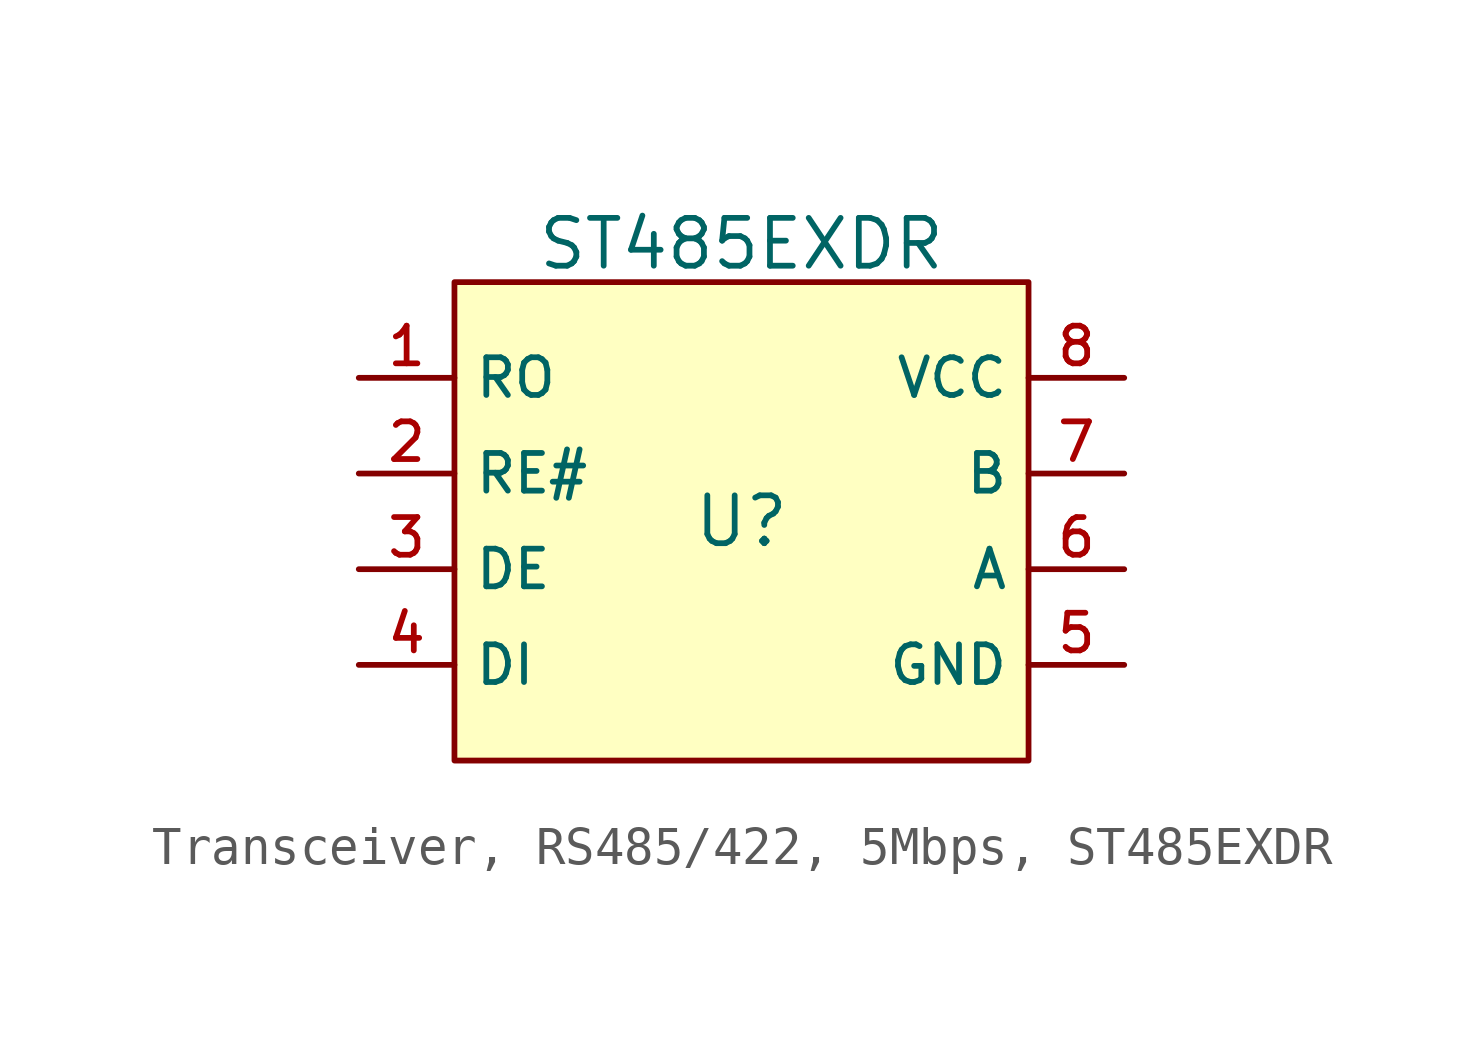
<source format=kicad_sym>
(kicad_symbol_lib
  (version 20231120)
  (generator "CDFER_Archive_Tool")
  (generator_version "0.0")
  (symbol "Transceiver, RS485/422, 5Mbps, ST485EXDR"
    (property "Reference" "U"
      (at 0 1.27 0)
      (effects (font (size 1.27 1.27))))
    (property "Value" "ST485EXDR"
      (at 0 8.636 0)
      (effects (font (size 1.27 1.27))))
    (symbol "Transceiver, RS485/422, 5Mbps, ST485EXDR_0_1"
      (rectangle (start -7.62 7.62) (end 7.62 -5.08) (stroke (width 0) (type default)) (fill (type background)))
      (pin unspecified line (at -10.16 5.08 0) (length 2.54) (name "RO" (effects (font (size 1 1)))) (number "1" (effects (font (size 1 1)))))
      (pin unspecified line (at -10.16 2.54 0) (length 2.54) (name "RE#" (effects (font (size 1 1)))) (number "2" (effects (font (size 1 1)))))
      (pin unspecified line (at -10.16 0 0) (length 2.54) (name "DE" (effects (font (size 1 1)))) (number "3" (effects (font (size 1 1)))))
      (pin unspecified line (at -10.16 -2.54 0) (length 2.54) (name "DI" (effects (font (size 1 1)))) (number "4" (effects (font (size 1 1)))))
      (pin unspecified line (at 10.16 -2.54 180) (length 2.54) (name "GND" (effects (font (size 1 1)))) (number "5" (effects (font (size 1 1)))))
      (pin unspecified line (at 10.16 0 180) (length 2.54) (name "A" (effects (font (size 1 1)))) (number "6" (effects (font (size 1 1)))))
      (pin unspecified line (at 10.16 2.54 180) (length 2.54) (name "B" (effects (font (size 1 1)))) (number "7" (effects (font (size 1 1)))))
      (pin unspecified line (at 10.16 5.08 180) (length 2.54) (name "VCC" (effects (font (size 1 1)))) (number "8" (effects (font (size 1 1))))))))
</source>
